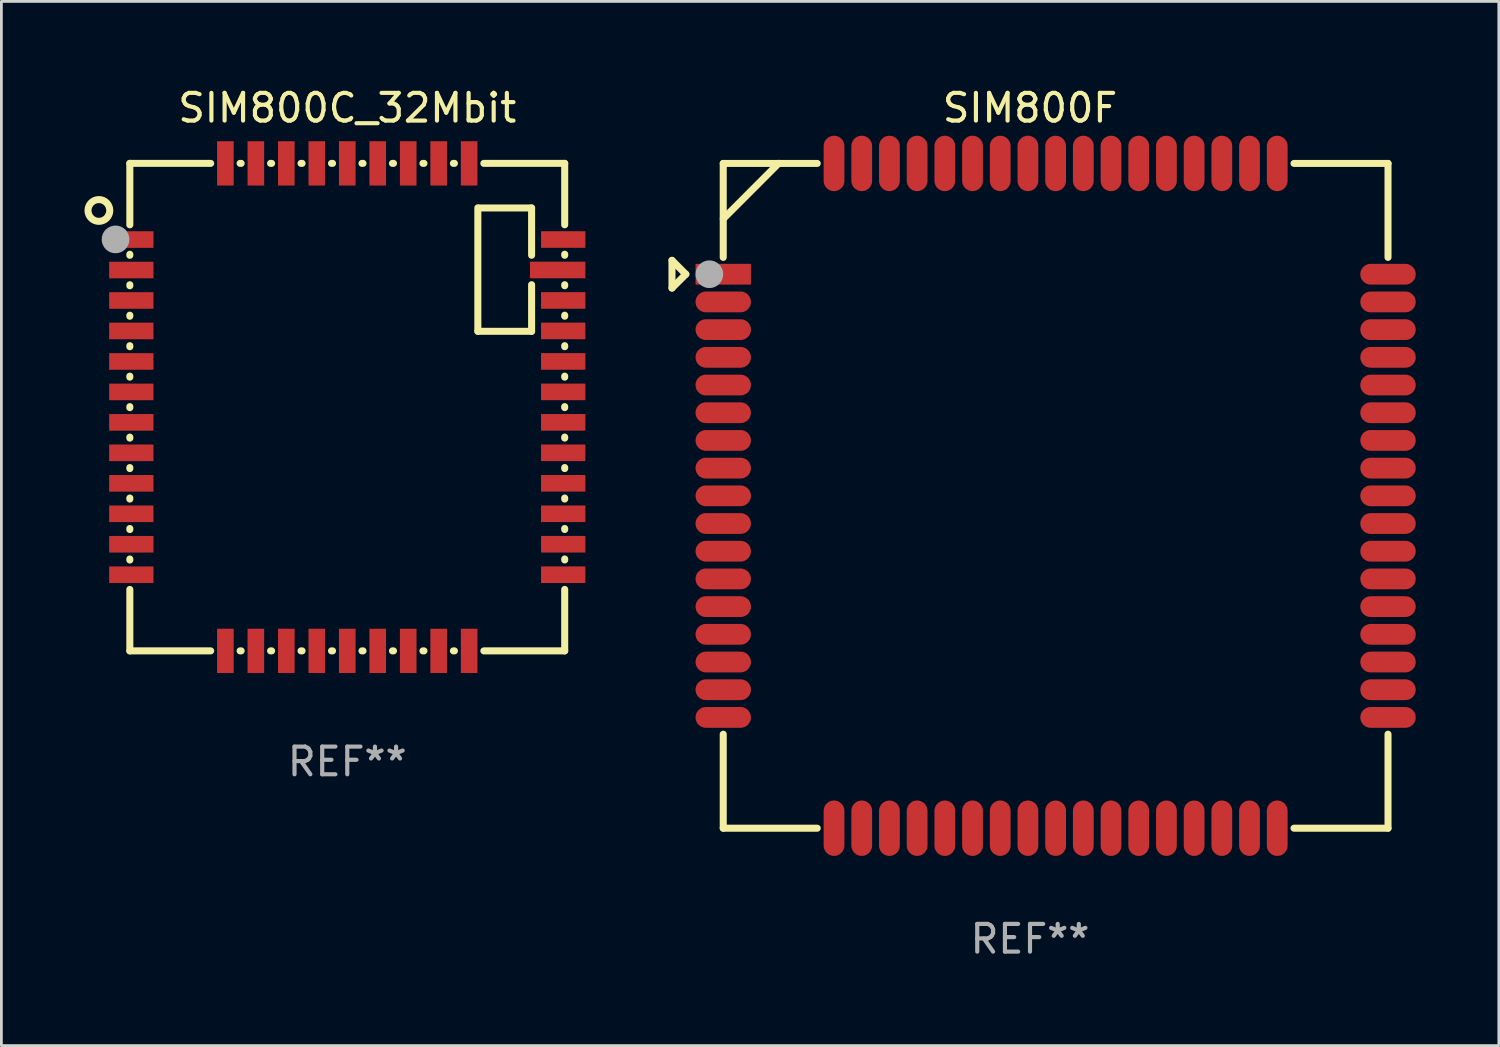
<source format=kicad_pcb>
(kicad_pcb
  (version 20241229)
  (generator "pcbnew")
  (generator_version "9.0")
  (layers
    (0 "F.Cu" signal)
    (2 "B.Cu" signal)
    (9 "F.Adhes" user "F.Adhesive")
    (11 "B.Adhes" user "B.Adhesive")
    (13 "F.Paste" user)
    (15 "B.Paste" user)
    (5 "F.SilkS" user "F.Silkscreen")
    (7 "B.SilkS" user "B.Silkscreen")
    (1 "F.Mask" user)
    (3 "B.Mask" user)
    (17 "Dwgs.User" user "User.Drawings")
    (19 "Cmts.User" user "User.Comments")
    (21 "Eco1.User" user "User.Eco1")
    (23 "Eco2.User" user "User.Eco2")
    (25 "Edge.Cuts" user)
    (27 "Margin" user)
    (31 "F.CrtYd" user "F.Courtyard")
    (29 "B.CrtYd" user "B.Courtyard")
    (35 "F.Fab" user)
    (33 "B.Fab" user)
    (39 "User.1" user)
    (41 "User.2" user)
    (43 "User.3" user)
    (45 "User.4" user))
  (footprint "SIM800C_32Mbit"
    (layer "F.Cu")
    (at 9.487 11.648)
    (property "Reference" "SIM800C_32Mbit" (at 0 -10.8 0) (layer "F.SilkS") (effects (font (size 1 1) (thickness 0.15))))
    (attr through_hole)
    (fp_line (start -7.85 -8.8) (end -7.85 -6.581) (stroke (width 0.254) (type solid)) (layer "F.SilkS"))
    (fp_line (start -7.85 -5.518) (end -7.85 -5.481) (stroke (width 0.254) (type solid)) (layer "F.SilkS"))
    (fp_line (start -7.85 -4.418) (end -7.85 -4.381) (stroke (width 0.254) (type solid)) (layer "F.SilkS"))
    (fp_line (start -7.85 -3.318) (end -7.85 -3.281) (stroke (width 0.254) (type solid)) (layer "F.SilkS"))
    (fp_line (start -7.85 -2.218) (end -7.85 -2.181) (stroke (width 0.254) (type solid)) (layer "F.SilkS"))
    (fp_line (start -7.85 -1.118) (end -7.85 -1.081) (stroke (width 0.254) (type solid)) (layer "F.SilkS"))
    (fp_line (start -7.85 -0.018) (end -7.85 0.019) (stroke (width 0.254) (type solid)) (layer "F.SilkS"))
    (fp_line (start -7.85 1.082) (end -7.85 1.119) (stroke (width 0.254) (type solid)) (layer "F.SilkS"))
    (fp_line (start -7.85 2.182) (end -7.85 2.219) (stroke (width 0.254) (type solid)) (layer "F.SilkS"))
    (fp_line (start -7.85 3.282) (end -7.85 3.319) (stroke (width 0.254) (type solid)) (layer "F.SilkS"))
    (fp_line (start -7.85 4.382) (end -7.85 4.42) (stroke (width 0.254) (type solid)) (layer "F.SilkS"))
    (fp_line (start -7.85 5.482) (end -7.85 5.52) (stroke (width 0.254) (type solid)) (layer "F.SilkS"))
    (fp_line (start -7.85 6.582) (end -7.85 8.8) (stroke (width 0.254) (type solid)) (layer "F.SilkS"))
    (fp_line (start -7.85 8.8) (end -4.931 8.8) (stroke (width 0.254) (type solid)) (layer "F.SilkS"))
    (fp_line (start -4.931 -8.8) (end -7.85 -8.8) (stroke (width 0.254) (type solid)) (layer "F.SilkS"))
    (fp_line (start -3.869 8.8) (end -3.831 8.8) (stroke (width 0.254) (type solid)) (layer "F.SilkS"))
    (fp_line (start -3.831 -8.8) (end -3.869 -8.8) (stroke (width 0.254) (type solid)) (layer "F.SilkS"))
    (fp_line (start -2.769 8.8) (end -2.731 8.8) (stroke (width 0.254) (type solid)) (layer "F.SilkS"))
    (fp_line (start -2.731 -8.8) (end -2.769 -8.8) (stroke (width 0.254) (type solid)) (layer "F.SilkS"))
    (fp_line (start -1.669 8.8) (end -1.631 8.8) (stroke (width 0.254) (type solid)) (layer "F.SilkS"))
    (fp_line (start -1.631 -8.8) (end -1.669 -8.8) (stroke (width 0.254) (type solid)) (layer "F.SilkS"))
    (fp_line (start -0.569 8.8) (end -0.531 8.8) (stroke (width 0.254) (type solid)) (layer "F.SilkS"))
    (fp_line (start -0.531 -8.8) (end -0.569 -8.8) (stroke (width 0.254) (type solid)) (layer "F.SilkS"))
    (fp_line (start 0.531 8.8) (end 0.569 8.8) (stroke (width 0.254) (type solid)) (layer "F.SilkS"))
    (fp_line (start 0.569 -8.8) (end 0.531 -8.8) (stroke (width 0.254) (type solid)) (layer "F.SilkS"))
    (fp_line (start 1.631 8.8) (end 1.669 8.8) (stroke (width 0.254) (type solid)) (layer "F.SilkS"))
    (fp_line (start 1.669 -8.8) (end 1.631 -8.8) (stroke (width 0.254) (type solid)) (layer "F.SilkS"))
    (fp_line (start 2.731 8.8) (end 2.769 8.8) (stroke (width 0.254) (type solid)) (layer "F.SilkS"))
    (fp_line (start 2.769 -8.8) (end 2.731 -8.8) (stroke (width 0.254) (type solid)) (layer "F.SilkS"))
    (fp_line (start 3.831 8.8) (end 3.869 8.8) (stroke (width 0.254) (type solid)) (layer "F.SilkS"))
    (fp_line (start 3.869 -8.8) (end 3.831 -8.8) (stroke (width 0.254) (type solid)) (layer "F.SilkS"))
    (fp_line (start 4.714 -7.195) (end 4.714 -2.737) (stroke (width 0.254) (type solid)) (layer "F.SilkS"))
    (fp_line (start 4.714 -2.737) (end 6.655 -2.737) (stroke (width 0.254) (type solid)) (layer "F.SilkS"))
    (fp_line (start 4.931 8.8) (end 7.85 8.8) (stroke (width 0.254) (type solid)) (layer "F.SilkS"))
    (fp_line (start 6.655 -7.19) (end 4.769 -7.19) (stroke (width 0.254) (type solid)) (layer "F.SilkS"))
    (fp_line (start 6.655 -7.19) (end 6.655 -5.482) (stroke (width 0.254) (type solid)) (layer "F.SilkS"))
    (fp_line (start 6.655 -4.42) (end 6.655 -2.737) (stroke (width 0.254) (type solid)) (layer "F.SilkS"))
    (fp_line (start 7.85 -8.8) (end 4.931 -8.8) (stroke (width 0.254) (type solid)) (layer "F.SilkS"))
    (fp_line (start 7.85 -6.582) (end 7.85 -8.8) (stroke (width 0.254) (type solid)) (layer "F.SilkS"))
    (fp_line (start 7.85 -5.482) (end 7.85 -5.52) (stroke (width 0.254) (type solid)) (layer "F.SilkS"))
    (fp_line (start 7.85 -4.382) (end 7.85 -4.42) (stroke (width 0.254) (type solid)) (layer "F.SilkS"))
    (fp_line (start 7.85 -3.282) (end 7.85 -3.319) (stroke (width 0.254) (type solid)) (layer "F.SilkS"))
    (fp_line (start 7.85 -2.182) (end 7.85 -2.219) (stroke (width 0.254) (type solid)) (layer "F.SilkS"))
    (fp_line (start 7.85 -1.082) (end 7.85 -1.119) (stroke (width 0.254) (type solid)) (layer "F.SilkS"))
    (fp_line (start 7.85 0.018) (end 7.85 -0.019) (stroke (width 0.254) (type solid)) (layer "F.SilkS"))
    (fp_line (start 7.85 1.118) (end 7.85 1.081) (stroke (width 0.254) (type solid)) (layer "F.SilkS"))
    (fp_line (start 7.85 2.218) (end 7.85 2.181) (stroke (width 0.254) (type solid)) (layer "F.SilkS"))
    (fp_line (start 7.85 3.318) (end 7.85 3.281) (stroke (width 0.254) (type solid)) (layer "F.SilkS"))
    (fp_line (start 7.85 4.418) (end 7.85 4.381) (stroke (width 0.254) (type solid)) (layer "F.SilkS"))
    (fp_line (start 7.85 5.518) (end 7.85 5.481) (stroke (width 0.254) (type solid)) (layer "F.SilkS"))
    (fp_line (start 7.85 8.8) (end 7.85 6.581) (stroke (width 0.254) (type solid)) (layer "F.SilkS"))
    (fp_circle (center -8.967 -7.1) (end -8.574 -7.1) (stroke (width 0.254) (type solid)) (fill no) (layer "F.SilkS"))
    (fp_circle (center -7.85 -8.8) (end -7.82 -8.8) (stroke (width 0.06) (type solid)) (fill no) (layer "F.SilkS"))
    (fp_circle (center -8.366 -6.055) (end -8.116 -6.055) (stroke (width 0.5) (type solid)) (fill no) (layer "F.Fab"))
    (fp_text user "REF**" (at 0 12.8 0) (layer "F.Fab") (effects (font (size 1 1) (thickness 0.15))))
    (pad "1" smd rect (at -7.796 -6.05) (size 1.6 0.6) (layers "F.Cu" "F.Mask" "F.Paste"))
    (pad "2" smd rect (at -7.796 -4.949) (size 1.6 0.6) (layers "F.Cu" "F.Mask" "F.Paste"))
    (pad "3" smd rect (at -7.796 -3.85) (size 1.6 0.6) (layers "F.Cu" "F.Mask" "F.Paste"))
    (pad "4" smd rect (at -7.796 -2.75) (size 1.6 0.6) (layers "F.Cu" "F.Mask" "F.Paste"))
    (pad "5" smd rect (at -7.796 -1.649) (size 1.6 0.6) (layers "F.Cu" "F.Mask" "F.Paste"))
    (pad "6" smd rect (at -7.796 -0.549) (size 1.6 0.6) (layers "F.Cu" "F.Mask" "F.Paste"))
    (pad "7" smd rect (at -7.796 0.55) (size 1.6 0.6) (layers "F.Cu" "F.Mask" "F.Paste"))
    (pad "8" smd rect (at -7.796 1.65) (size 1.6 0.6) (layers "F.Cu" "F.Mask" "F.Paste"))
    (pad "9" smd rect (at -7.796 2.751) (size 1.6 0.6) (layers "F.Cu" "F.Mask" "F.Paste"))
    (pad "10" smd rect (at -7.796 3.851) (size 1.6 0.6) (layers "F.Cu" "F.Mask" "F.Paste"))
    (pad "11" smd rect (at -7.796 4.951) (size 1.6 0.6) (layers "F.Cu" "F.Mask" "F.Paste"))
    (pad "12" smd rect (at -7.796 6.051) (size 1.6 0.6) (layers "F.Cu" "F.Mask" "F.Paste"))
    (pad "13" smd rect (at -4.4 8.8 90) (size 1.6 0.6) (layers "F.Cu" "F.Mask" "F.Paste"))
    (pad "14" smd rect (at -3.3 8.8 90) (size 1.6 0.6) (layers "F.Cu" "F.Mask" "F.Paste"))
    (pad "15" smd rect (at -2.2 8.8 90) (size 1.6 0.6) (layers "F.Cu" "F.Mask" "F.Paste"))
    (pad "16" smd rect (at -1.1 8.8 90) (size 1.6 0.6) (layers "F.Cu" "F.Mask" "F.Paste"))
    (pad "17" smd rect (at 0 8.8 90) (size 1.6 0.6) (layers "F.Cu" "F.Mask" "F.Paste"))
    (pad "18" smd rect (at 1.1 8.8 90) (size 1.6 0.6) (layers "F.Cu" "F.Mask" "F.Paste"))
    (pad "19" smd rect (at 2.2 8.8 90) (size 1.6 0.6) (layers "F.Cu" "F.Mask" "F.Paste"))
    (pad "20" smd rect (at 3.3 8.8 90) (size 1.6 0.6) (layers "F.Cu" "F.Mask" "F.Paste"))
    (pad "21" smd rect (at 4.4 8.8 90) (size 1.6 0.6) (layers "F.Cu" "F.Mask" "F.Paste"))
    (pad "22" smd rect (at 7.796 6.05 180) (size 1.6 0.6) (layers "F.Cu" "F.Mask" "F.Paste"))
    (pad "23" smd rect (at 7.796 4.95 180) (size 1.6 0.6) (layers "F.Cu" "F.Mask" "F.Paste"))
    (pad "24" smd rect (at 7.796 3.85 180) (size 1.6 0.6) (layers "F.Cu" "F.Mask" "F.Paste"))
    (pad "25" smd rect (at 7.796 2.75 180) (size 1.6 0.6) (layers "F.Cu" "F.Mask" "F.Paste"))
    (pad "26" smd rect (at 7.796 1.649 180) (size 1.6 0.6) (layers "F.Cu" "F.Mask" "F.Paste"))
    (pad "27" smd rect (at 7.796 0.549 180) (size 1.6 0.6) (layers "F.Cu" "F.Mask" "F.Paste"))
    (pad "28" smd rect (at 7.796 -0.55 180) (size 1.6 0.6) (layers "F.Cu" "F.Mask" "F.Paste"))
    (pad "29" smd rect (at 7.796 -1.65 180) (size 1.6 0.6) (layers "F.Cu" "F.Mask" "F.Paste"))
    (pad "30" smd rect (at 7.796 -2.751 180) (size 1.6 0.6) (layers "F.Cu" "F.Mask" "F.Paste"))
    (pad "31" smd rect (at 7.796 -3.851 180) (size 1.6 0.6) (layers "F.Cu" "F.Mask" "F.Paste"))
    (pad "32" smd rect (at 7.596 -4.951 180) (size 2 0.6) (layers "F.Cu" "F.Mask" "F.Paste"))
    (pad "33" smd rect (at 7.796 -6.051 180) (size 1.6 0.6) (layers "F.Cu" "F.Mask" "F.Paste"))
    (pad "34" smd rect (at 4.4 -8.8 270) (size 1.6 0.6) (layers "F.Cu" "F.Mask" "F.Paste"))
    (pad "35" smd rect (at 3.3 -8.8 270) (size 1.6 0.6) (layers "F.Cu" "F.Mask" "F.Paste"))
    (pad "36" smd rect (at 2.2 -8.8 270) (size 1.6 0.6) (layers "F.Cu" "F.Mask" "F.Paste"))
    (pad "37" smd rect (at 1.1 -8.8 270) (size 1.6 0.6) (layers "F.Cu" "F.Mask" "F.Paste"))
    (pad "38" smd rect (at 0 -8.8 270) (size 1.6 0.6) (layers "F.Cu" "F.Mask" "F.Paste"))
    (pad "39" smd rect (at -1.1 -8.8 270) (size 1.6 0.6) (layers "F.Cu" "F.Mask" "F.Paste"))
    (pad "40" smd rect (at -2.2 -8.8 270) (size 1.6 0.6) (layers "F.Cu" "F.Mask" "F.Paste"))
    (pad "41" smd rect (at -3.3 -8.8 270) (size 1.6 0.6) (layers "F.Cu" "F.Mask" "F.Paste"))
    (pad "42" smd rect (at -4.4 -8.8 270) (size 1.6 0.6) (layers "F.Cu" "F.Mask" "F.Paste")))
  (footprint "SIM800F"
    (layer "F.Cu")
    (at 34.135 14.849)
    (property "Reference" "SIM800F" (at 0 -14.001 0) (layer "F.SilkS") (effects (font (size 1 1) (thickness 0.15))))
    (attr through_hole)
    (fp_line (start -12.925 -8.5) (end -12.925 -7.499) (stroke (width 0.254) (type solid)) (layer "F.SilkS"))
    (fp_line (start -12.925 -7.499) (end -12.425 -7.999) (stroke (width 0.254) (type solid)) (layer "F.SilkS"))
    (fp_line (start -12.425 -7.999) (end -12.925 -8.5) (stroke (width 0.254) (type solid)) (layer "F.SilkS"))
    (fp_line (start -11.075 -11.999) (end -7.681 -11.999) (stroke (width 0.254) (type solid)) (layer "F.SilkS"))
    (fp_line (start -11.075 -8.606) (end -11.075 -11.999) (stroke (width 0.254) (type solid)) (layer "F.SilkS"))
    (fp_line (start -11.075 12.001) (end -11.075 8.607) (stroke (width 0.254) (type solid)) (layer "F.SilkS"))
    (fp_line (start -9.075 -12.001) (end -11.074 -9.999) (stroke (width 0.254) (type solid)) (layer "F.SilkS"))
    (fp_line (start -7.681 12.001) (end -11.075 12.001) (stroke (width 0.254) (type solid)) (layer "F.SilkS"))
    (fp_line (start 9.531 -11.999) (end 12.925 -11.999) (stroke (width 0.254) (type solid)) (layer "F.SilkS"))
    (fp_line (start 12.925 -11.999) (end 12.925 -8.606) (stroke (width 0.254) (type solid)) (layer "F.SilkS"))
    (fp_line (start 12.925 8.607) (end 12.925 12.001) (stroke (width 0.254) (type solid)) (layer "F.SilkS"))
    (fp_line (start 12.925 12.001) (end 9.531 12.001) (stroke (width 0.254) (type solid)) (layer "F.SilkS"))
    (fp_circle (center -11.08 -12.003) (end -11.05 -12.003) (stroke (width 0.06) (type solid)) (fill no) (layer "F.SilkS"))
    (fp_circle (center -11.575 -7.999) (end -11.325 -7.999) (stroke (width 0.5) (type solid)) (fill no) (layer "F.Fab"))
    (fp_text user "REF**" (at 0 16.001 0) (layer "F.Fab") (effects (font (size 1 1) (thickness 0.15))))
    (pad "1" smd rect (at -11.075 -7.999) (size 2 0.75) (layers "F.Cu" "F.Mask" "F.Paste"))
    (pad "2" smd oval (at -11.075 -6.999) (size 2 0.75) (layers "F.Cu" "F.Mask" "F.Paste"))
    (pad "3" smd oval (at -11.075 -5.999) (size 2 0.75) (layers "F.Cu" "F.Mask" "F.Paste"))
    (pad "4" smd oval (at -11.075 -4.999) (size 2 0.75) (layers "F.Cu" "F.Mask" "F.Paste"))
    (pad "5" smd oval (at -11.075 -3.999) (size 2 0.75) (layers "F.Cu" "F.Mask" "F.Paste"))
    (pad "6" smd oval (at -11.075 -2.999) (size 2 0.75) (layers "F.Cu" "F.Mask" "F.Paste"))
    (pad "7" smd oval (at -11.075 -1.999) (size 2 0.75) (layers "F.Cu" "F.Mask" "F.Paste"))
    (pad "8" smd oval (at -11.075 -0.999) (size 2 0.75) (layers "F.Cu" "F.Mask" "F.Paste"))
    (pad "9" smd oval (at -11.075 0.001) (size 2 0.75) (layers "F.Cu" "F.Mask" "F.Paste"))
    (pad "10" smd oval (at -11.075 1.001) (size 2 0.75) (layers "F.Cu" "F.Mask" "F.Paste"))
    (pad "11" smd oval (at -11.075 2.001) (size 2 0.75) (layers "F.Cu" "F.Mask" "F.Paste"))
    (pad "12" smd oval (at -11.075 3.001) (size 2 0.75) (layers "F.Cu" "F.Mask" "F.Paste"))
    (pad "13" smd oval (at -11.075 4.001) (size 2 0.75) (layers "F.Cu" "F.Mask" "F.Paste"))
    (pad "14" smd oval (at -11.075 5.001) (size 2 0.75) (layers "F.Cu" "F.Mask" "F.Paste"))
    (pad "15" smd oval (at -11.075 6.001) (size 2 0.75) (layers "F.Cu" "F.Mask" "F.Paste"))
    (pad "16" smd oval (at -11.075 7.001) (size 2 0.75) (layers "F.Cu" "F.Mask" "F.Paste"))
    (pad "17" smd oval (at -11.075 8.001) (size 2 0.75) (layers "F.Cu" "F.Mask" "F.Paste"))
    (pad "18" smd oval (at -7.075 12.001 90) (size 2 0.75) (layers "F.Cu" "F.Mask" "F.Paste"))
    (pad "19" smd oval (at -6.075 12.001 90) (size 2 0.75) (layers "F.Cu" "F.Mask" "F.Paste"))
    (pad "20" smd oval (at -5.075 12.001 90) (size 2 0.75) (layers "F.Cu" "F.Mask" "F.Paste"))
    (pad "21" smd oval (at -4.075 12.001 90) (size 2 0.75) (layers "F.Cu" "F.Mask" "F.Paste"))
    (pad "22" smd oval (at -3.075 12.001 90) (size 2 0.75) (layers "F.Cu" "F.Mask" "F.Paste"))
    (pad "23" smd oval (at -2.075 12.001 90) (size 2 0.75) (layers "F.Cu" "F.Mask" "F.Paste"))
    (pad "24" smd oval (at -1.075 12.001 90) (size 2 0.75) (layers "F.Cu" "F.Mask" "F.Paste"))
    (pad "25" smd oval (at -0.075 12.001 90) (size 2 0.75) (layers "F.Cu" "F.Mask" "F.Paste"))
    (pad "26" smd oval (at 0.925 12.001 90) (size 2 0.75) (layers "F.Cu" "F.Mask" "F.Paste"))
    (pad "27" smd oval (at 1.925 12.001 90) (size 2 0.75) (layers "F.Cu" "F.Mask" "F.Paste"))
    (pad "28" smd oval (at 2.925 12.001 90) (size 2 0.75) (layers "F.Cu" "F.Mask" "F.Paste"))
    (pad "29" smd oval (at 3.925 12.001 90) (size 2 0.75) (layers "F.Cu" "F.Mask" "F.Paste"))
    (pad "30" smd oval (at 4.925 12.001 90) (size 2 0.75) (layers "F.Cu" "F.Mask" "F.Paste"))
    (pad "31" smd oval (at 5.925 12.001 90) (size 2 0.75) (layers "F.Cu" "F.Mask" "F.Paste"))
    (pad "32" smd oval (at 6.925 12.001 90) (size 2 0.75) (layers "F.Cu" "F.Mask" "F.Paste"))
    (pad "33" smd oval (at 7.925 12.001 90) (size 2 0.75) (layers "F.Cu" "F.Mask" "F.Paste"))
    (pad "34" smd oval (at 8.925 12.001 90) (size 2 0.75) (layers "F.Cu" "F.Mask" "F.Paste"))
    (pad "35" smd oval (at 12.925 8.001 180) (size 2 0.75) (layers "F.Cu" "F.Mask" "F.Paste"))
    (pad "36" smd oval (at 12.925 7.001 180) (size 2 0.75) (layers "F.Cu" "F.Mask" "F.Paste"))
    (pad "37" smd oval (at 12.925 6.001 180) (size 2 0.75) (layers "F.Cu" "F.Mask" "F.Paste"))
    (pad "38" smd oval (at 12.925 5.001 180) (size 2 0.75) (layers "F.Cu" "F.Mask" "F.Paste"))
    (pad "39" smd oval (at 12.925 4.001 180) (size 2 0.75) (layers "F.Cu" "F.Mask" "F.Paste"))
    (pad "40" smd oval (at 12.925 3.001 180) (size 2 0.75) (layers "F.Cu" "F.Mask" "F.Paste"))
    (pad "41" smd oval (at 12.925 2.001 180) (size 2 0.75) (layers "F.Cu" "F.Mask" "F.Paste"))
    (pad "42" smd oval (at 12.925 1.001 180) (size 2 0.75) (layers "F.Cu" "F.Mask" "F.Paste"))
    (pad "43" smd oval (at 12.925 0.001 180) (size 2 0.75) (layers "F.Cu" "F.Mask" "F.Paste"))
    (pad "44" smd oval (at 12.925 -0.999 180) (size 2 0.75) (layers "F.Cu" "F.Mask" "F.Paste"))
    (pad "45" smd oval (at 12.925 -1.999 180) (size 2 0.75) (layers "F.Cu" "F.Mask" "F.Paste"))
    (pad "46" smd oval (at 12.925 -2.999 180) (size 2 0.75) (layers "F.Cu" "F.Mask" "F.Paste"))
    (pad "47" smd oval (at 12.925 -3.999 180) (size 2 0.75) (layers "F.Cu" "F.Mask" "F.Paste"))
    (pad "48" smd oval (at 12.925 -4.999 180) (size 2 0.75) (layers "F.Cu" "F.Mask" "F.Paste"))
    (pad "49" smd oval (at 12.925 -5.999 180) (size 2 0.75) (layers "F.Cu" "F.Mask" "F.Paste"))
    (pad "50" smd oval (at 12.925 -6.999 180) (size 2 0.75) (layers "F.Cu" "F.Mask" "F.Paste"))
    (pad "51" smd oval (at 12.925 -7.999 180) (size 2 0.75) (layers "F.Cu" "F.Mask" "F.Paste"))
    (pad "52" smd oval (at 8.925 -11.999 270) (size 2 0.75) (layers "F.Cu" "F.Mask" "F.Paste"))
    (pad "53" smd oval (at 7.925 -11.999 270) (size 2 0.75) (layers "F.Cu" "F.Mask" "F.Paste"))
    (pad "54" smd oval (at 6.925 -11.999 270) (size 2 0.75) (layers "F.Cu" "F.Mask" "F.Paste"))
    (pad "55" smd oval (at 5.925 -11.999 270) (size 2 0.75) (layers "F.Cu" "F.Mask" "F.Paste"))
    (pad "56" smd oval (at 4.925 -11.999 270) (size 2 0.75) (layers "F.Cu" "F.Mask" "F.Paste"))
    (pad "57" smd oval (at 3.925 -11.999 270) (size 2 0.75) (layers "F.Cu" "F.Mask" "F.Paste"))
    (pad "58" smd oval (at 2.925 -11.999 270) (size 2 0.75) (layers "F.Cu" "F.Mask" "F.Paste"))
    (pad "59" smd oval (at 1.925 -11.999 270) (size 2 0.75) (layers "F.Cu" "F.Mask" "F.Paste"))
    (pad "60" smd oval (at 0.925 -11.999 270) (size 2 0.75) (layers "F.Cu" "F.Mask" "F.Paste"))
    (pad "61" smd oval (at -0.075 -11.999 270) (size 2 0.75) (layers "F.Cu" "F.Mask" "F.Paste"))
    (pad "62" smd oval (at -1.075 -11.999 270) (size 2 0.75) (layers "F.Cu" "F.Mask" "F.Paste"))
    (pad "63" smd oval (at -2.075 -11.999 270) (size 2 0.75) (layers "F.Cu" "F.Mask" "F.Paste"))
    (pad "64" smd oval (at -3.075 -11.999 270) (size 2 0.75) (layers "F.Cu" "F.Mask" "F.Paste"))
    (pad "65" smd oval (at -4.075 -11.999 270) (size 2 0.75) (layers "F.Cu" "F.Mask" "F.Paste"))
    (pad "66" smd oval (at -5.075 -11.999 270) (size 2 0.75) (layers "F.Cu" "F.Mask" "F.Paste"))
    (pad "67" smd oval (at -6.075 -11.999 270) (size 2 0.75) (layers "F.Cu" "F.Mask" "F.Paste"))
    (pad "68" smd oval (at -7.075 -11.999 270) (size 2 0.75) (layers "F.Cu" "F.Mask" "F.Paste")))
  (gr_rect
    (start -3 -3)
    (end 51.06 34.698)
    (stroke (width 0.1) (type default))
    (fill no)
    (layer "Edge.Cuts")))
</source>
